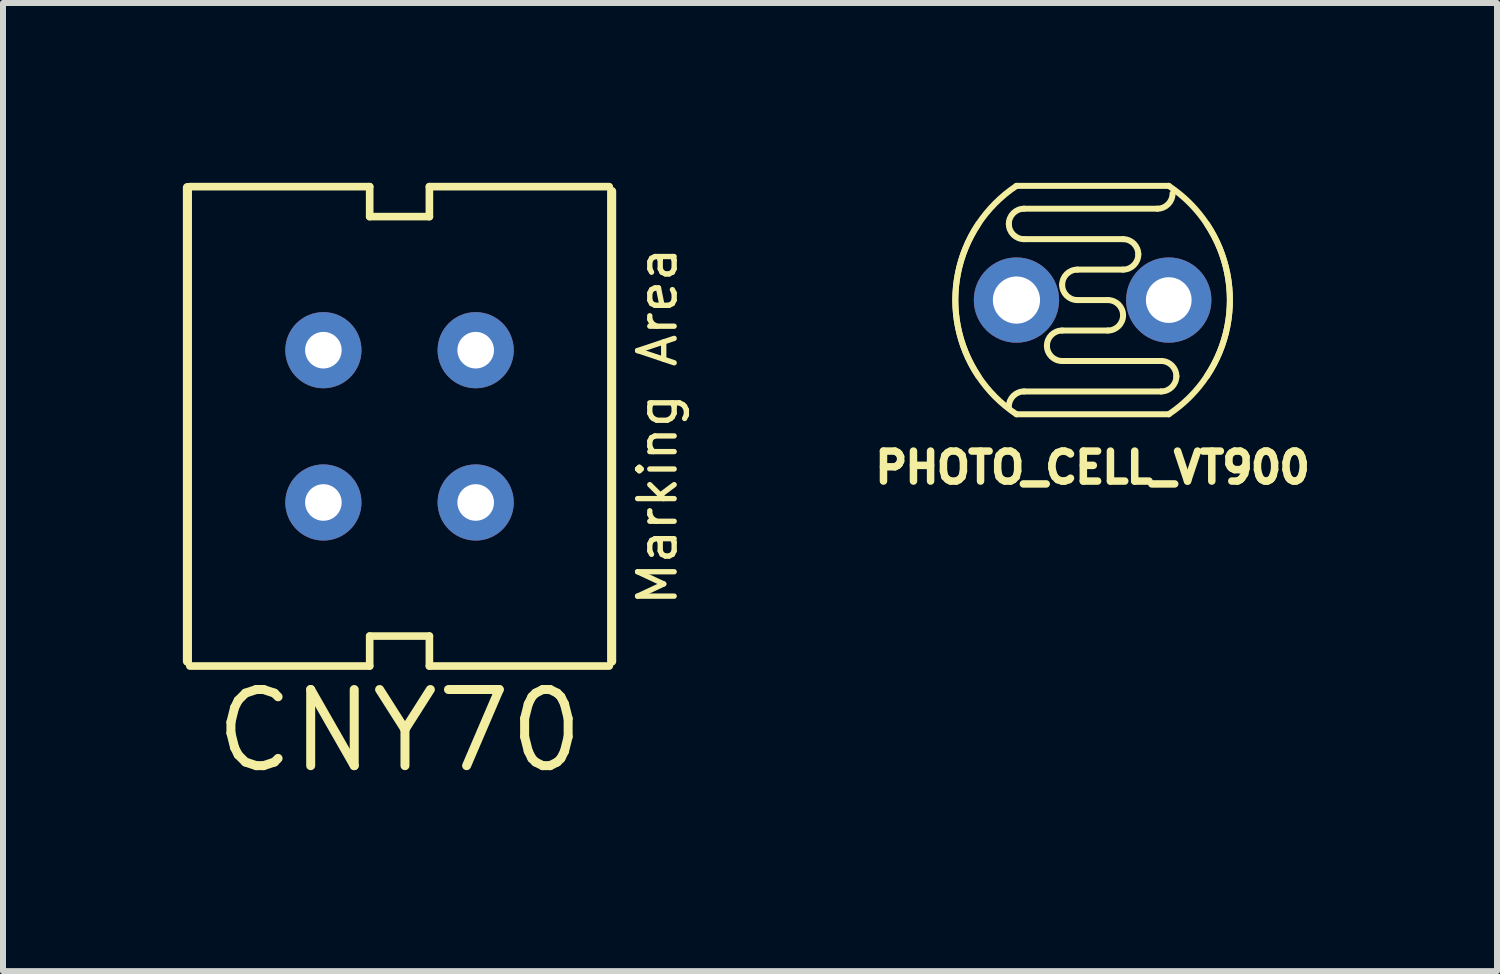
<source format=kicad_pcb>
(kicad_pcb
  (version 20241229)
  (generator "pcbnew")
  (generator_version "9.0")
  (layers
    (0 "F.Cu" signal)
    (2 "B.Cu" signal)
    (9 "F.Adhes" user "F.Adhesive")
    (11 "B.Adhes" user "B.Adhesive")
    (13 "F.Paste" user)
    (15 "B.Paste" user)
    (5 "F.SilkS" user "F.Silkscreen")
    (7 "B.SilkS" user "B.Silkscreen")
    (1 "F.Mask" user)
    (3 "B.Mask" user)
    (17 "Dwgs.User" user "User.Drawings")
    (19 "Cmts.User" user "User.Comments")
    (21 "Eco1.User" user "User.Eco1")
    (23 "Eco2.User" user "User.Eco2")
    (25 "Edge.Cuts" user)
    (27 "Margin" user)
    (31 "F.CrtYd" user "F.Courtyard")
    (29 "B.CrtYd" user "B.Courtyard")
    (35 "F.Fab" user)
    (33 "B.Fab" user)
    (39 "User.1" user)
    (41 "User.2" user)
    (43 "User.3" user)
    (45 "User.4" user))
  (footprint "PHOTO_CELL_VT900"
    (layer "F.Cu")
    (at 15.174 1.955)
    (property "Reference" "PHOTO_CELL_VT900" (at 0 2.794 0) (layer "F.SilkS") (effects (font (size 0.5 0.5) (thickness 0.125))))
    (attr through_hole)
    (fp_line (start -1.27 1.905) (end 1.27 1.905) (stroke (width 0.1) (type solid)) (layer "F.SilkS"))
    (fp_line (start -1.143 -1.524) (end 1.079 -1.524) (stroke (width 0.1) (type solid)) (layer "F.SilkS"))
    (fp_line (start -1.143 1.524) (end 1.143 1.524) (stroke (width 0.1) (type solid)) (layer "F.SilkS"))
    (fp_line (start -0.508 0.508) (end 0.254 0.508) (stroke (width 0.1) (type solid)) (layer "F.SilkS"))
    (fp_line (start -0.254 -0.508) (end 0.508 -0.508) (stroke (width 0.1) (type solid)) (layer "F.SilkS"))
    (fp_line (start -0.254 0) (end 0.254 0) (stroke (width 0.1) (type solid)) (layer "F.SilkS"))
    (fp_line (start 0.508 -1.016) (end -1.143 -1.016) (stroke (width 0.1) (type solid)) (layer "F.SilkS"))
    (fp_line (start 1.143 1.016) (end -0.508 1.016) (stroke (width 0.1) (type solid)) (layer "F.SilkS"))
    (fp_line (start 1.27 -1.905) (end -1.27 -1.905) (stroke (width 0.1) (type solid)) (layer "F.SilkS"))
    (fp_arc (start -1.905 1.27) (mid -2.245064 -0.449013) (end -1.27 -1.905) (stroke (width 0.1) (type solid)) (layer "F.SilkS"))
    (fp_arc (start -1.397 -1.27) (mid -1.322605 -1.449605) (end -1.143 -1.524) (stroke (width 0.1) (type solid)) (layer "F.SilkS"))
    (fp_arc (start -1.397 1.778) (mid -1.322605 1.598395) (end -1.143 1.524) (stroke (width 0.1) (type solid)) (layer "F.SilkS"))
    (fp_arc (start -1.27 1.905) (mid -2.245064 0.449013) (end -1.905 -1.27) (stroke (width 0.1) (type solid)) (layer "F.SilkS"))
    (fp_arc (start -1.143 -1.016) (mid -1.322605 -1.090395) (end -1.397 -1.27) (stroke (width 0.1) (type solid)) (layer "F.SilkS"))
    (fp_arc (start -0.762 0.762) (mid -0.687605 0.582395) (end -0.508 0.508) (stroke (width 0.1) (type solid)) (layer "F.SilkS"))
    (fp_arc (start -0.508 -0.254) (mid -0.433605 -0.433605) (end -0.254 -0.508) (stroke (width 0.1) (type solid)) (layer "F.SilkS"))
    (fp_arc (start -0.508 1.016) (mid -0.687605 0.941605) (end -0.762 0.762) (stroke (width 0.1) (type solid)) (layer "F.SilkS"))
    (fp_arc (start -0.254 0) (mid -0.433605 -0.074395) (end -0.508 -0.254) (stroke (width 0.1) (type solid)) (layer "F.SilkS"))
    (fp_arc (start 0.254 0) (mid 0.433605 0.074395) (end 0.508 0.254) (stroke (width 0.1) (type solid)) (layer "F.SilkS"))
    (fp_arc (start 0.508 -1.016) (mid 0.687605 -0.941605) (end 0.762 -0.762) (stroke (width 0.1) (type solid)) (layer "F.SilkS"))
    (fp_arc (start 0.508 0.254) (mid 0.433605 0.433605) (end 0.254 0.508) (stroke (width 0.1) (type solid)) (layer "F.SilkS"))
    (fp_arc (start 0.762 -0.762) (mid 0.687605 -0.582395) (end 0.508 -0.508) (stroke (width 0.1) (type solid)) (layer "F.SilkS"))
    (fp_arc (start 1.143 1.016) (mid 1.322605 1.090395) (end 1.397 1.27) (stroke (width 0.1) (type solid)) (layer "F.SilkS"))
    (fp_arc (start 1.27 -1.905) (mid 2.245064 -0.449013) (end 1.905 1.27) (stroke (width 0.1) (type solid)) (layer "F.SilkS"))
    (fp_arc (start 1.3335 -1.778) (mid 1.259105 -1.598395) (end 1.0795 -1.524) (stroke (width 0.1) (type solid)) (layer "F.SilkS"))
    (fp_arc (start 1.397 1.27) (mid 1.322605 1.449605) (end 1.143 1.524) (stroke (width 0.1) (type solid)) (layer "F.SilkS"))
    (fp_arc (start 1.905 -1.27) (mid 2.245064 0.449013) (end 1.27 1.905) (stroke (width 0.1) (type solid)) (layer "F.SilkS"))
    (pad "1" thru_hole circle (at -1.27 0) (size 1.422 1.422) (drill 0.787) (layers "*.Cu" "*.Mask"))
    (pad "2" thru_hole circle (at 1.27 0) (size 1.422 1.422) (drill 0.762) (layers "*.Cu" "*.Mask")))
  (footprint "CNY70"
    (layer "F.Cu")
    (at 3.614 4.061)
    (property "Reference" "CNY70" (at 0 5.08 0) (layer "F.SilkS") (effects (font (size 1.27 1.27) (thickness 0.15))))
    (attr exclude_from_pos_files exclude_from_bom)
    (fp_line (start -3.538 3.919) (end -3.538 -3.983) (stroke (width 0.152) (type solid)) (layer "F.SilkS"))
    (fp_line (start -0.498 -3.998) (end -3.498 -3.998) (stroke (width 0.127) (type solid)) (layer "F.SilkS"))
    (fp_line (start -0.498 -3.998) (end -0.498 -3.498) (stroke (width 0.127) (type solid)) (layer "F.SilkS"))
    (fp_line (start -0.498 -3.498) (end 0.498 -3.498) (stroke (width 0.127) (type solid)) (layer "F.SilkS"))
    (fp_line (start -0.498 3.498) (end 0.498 3.498) (stroke (width 0.127) (type solid)) (layer "F.SilkS"))
    (fp_line (start -0.498 3.998) (end -3.498 3.998) (stroke (width 0.127) (type solid)) (layer "F.SilkS"))
    (fp_line (start -0.498 3.998) (end -0.498 3.498) (stroke (width 0.127) (type solid)) (layer "F.SilkS"))
    (fp_line (start 0.498 -3.998) (end 3.498 -3.998) (stroke (width 0.127) (type solid)) (layer "F.SilkS"))
    (fp_line (start 0.498 -3.498) (end 0.498 -3.998) (stroke (width 0.127) (type solid)) (layer "F.SilkS"))
    (fp_line (start 0.498 3.498) (end 0.498 3.998) (stroke (width 0.127) (type solid)) (layer "F.SilkS"))
    (fp_line (start 0.498 3.998) (end 3.498 3.998) (stroke (width 0.127) (type solid)) (layer "F.SilkS"))
    (fp_line (start 3.538 -3.919) (end 3.538 3.919) (stroke (width 0.152) (type solid)) (layer "F.SilkS"))
    (fp_text user "Marking Area" (at 4.303 0 90) (layer "F.SilkS") (effects (font (size 0.61 0.61) (thickness 0.089))))
    (pad "1" thru_hole circle (at -1.27 1.27) (size 1.27 1.27) (drill 0.61) (layers "*.Cu" "*.Mask"))
    (pad "2" thru_hole circle (at 1.27 1.27) (size 1.27 1.27) (drill 0.61) (layers "*.Cu" "*.Mask"))
    (pad "3" thru_hole circle (at 1.27 -1.27) (size 1.27 1.27) (drill 0.61) (layers "*.Cu" "*.Mask"))
    (pad "4" thru_hole circle (at -1.27 -1.27) (size 1.27 1.27) (drill 0.61) (layers "*.Cu" "*.Mask")))
  (gr_rect
    (start -3 -3)
    (end 21.919 13.148)
    (stroke (width 0.1) (type default))
    (fill no)
    (layer "Edge.Cuts")))
</source>
